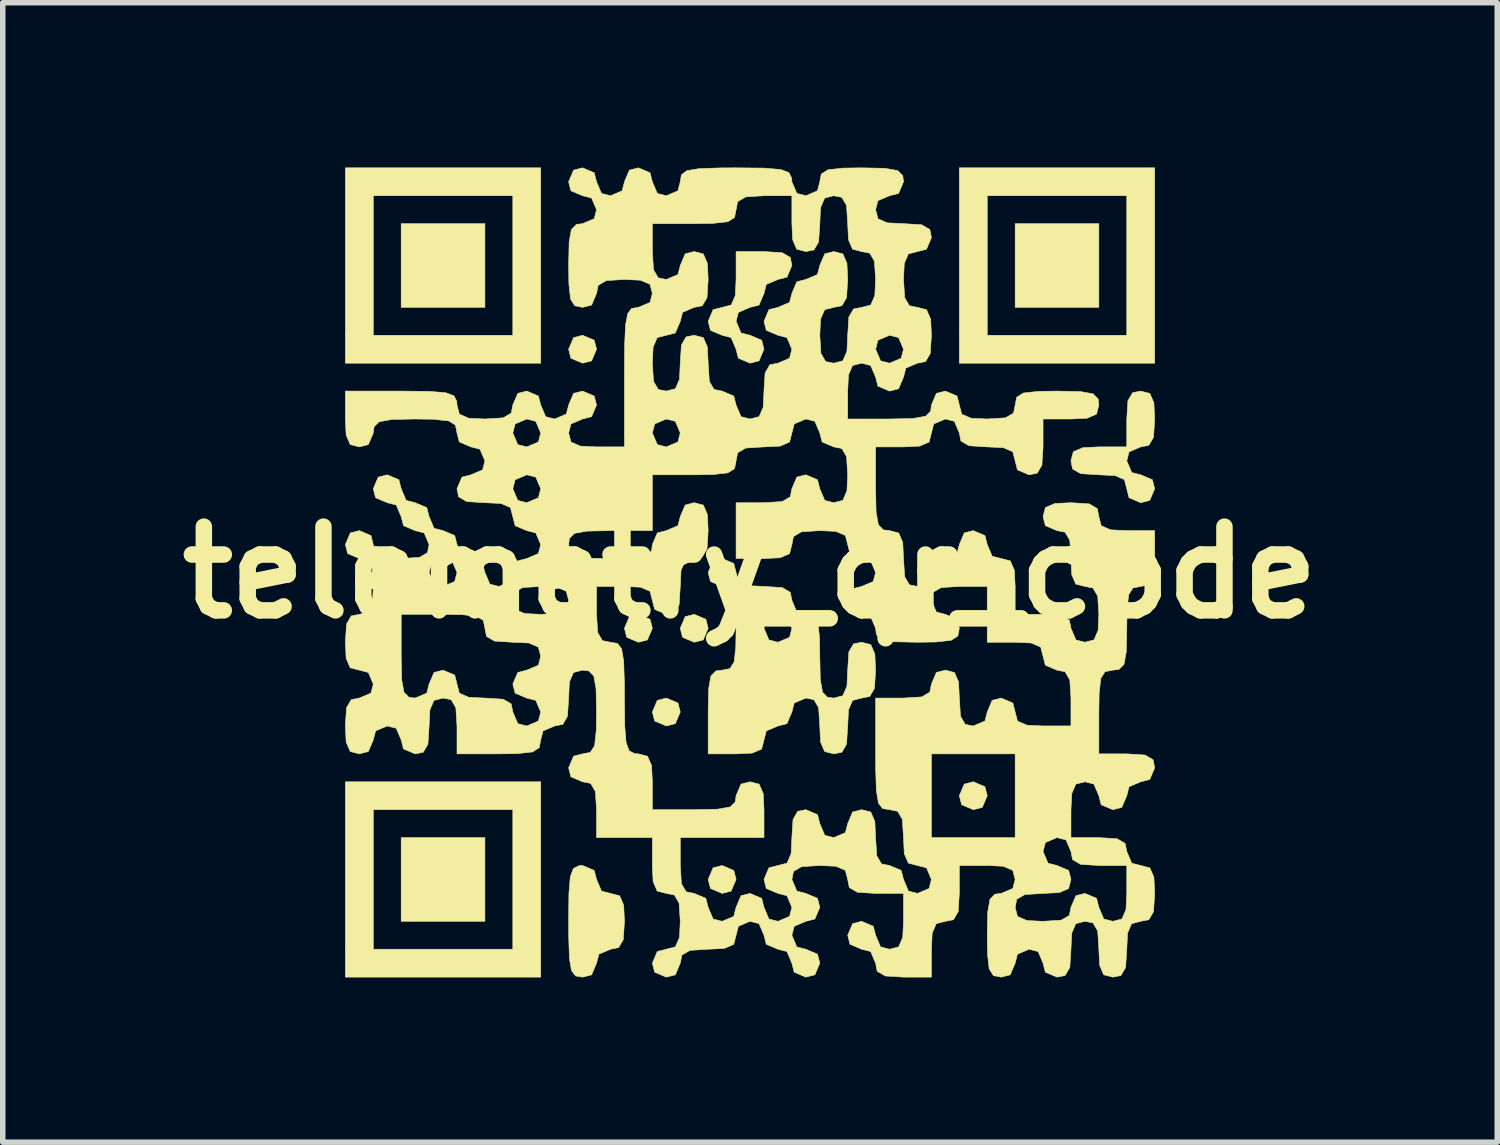
<source format=kicad_pcb>
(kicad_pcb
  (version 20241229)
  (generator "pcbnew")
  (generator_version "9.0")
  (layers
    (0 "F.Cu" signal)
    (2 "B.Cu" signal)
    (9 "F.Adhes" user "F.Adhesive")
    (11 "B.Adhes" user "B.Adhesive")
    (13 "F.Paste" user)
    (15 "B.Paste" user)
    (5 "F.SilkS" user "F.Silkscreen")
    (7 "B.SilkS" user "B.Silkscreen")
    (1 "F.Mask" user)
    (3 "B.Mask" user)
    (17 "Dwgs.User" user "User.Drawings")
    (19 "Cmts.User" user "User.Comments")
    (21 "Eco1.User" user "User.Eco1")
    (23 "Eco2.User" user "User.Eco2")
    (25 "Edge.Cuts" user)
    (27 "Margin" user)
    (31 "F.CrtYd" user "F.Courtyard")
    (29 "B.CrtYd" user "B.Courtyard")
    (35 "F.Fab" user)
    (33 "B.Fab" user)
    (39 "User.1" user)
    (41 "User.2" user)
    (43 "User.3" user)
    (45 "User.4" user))
  (footprint "telemetry_qr_code"
    (layer "F.Cu")
    (at 10.603 7.371)
    (property "Reference" "telemetry_qr_code" (at 0 0 0) (layer "F.SilkS") (effects (font (size 1.524 1.524) (thickness 0.3))))
    (attr through_hole)
    (fp_poly (pts (xy -4.826 -4.826) (xy -6.35 -4.826) (xy -6.35 -6.35) (xy -4.826 -6.35) (xy -4.826 -4.826)) (stroke (width 0.01) (type solid)) (fill yes) (layer "F.SilkS"))
    (fp_poly (pts (xy -4.826 6.35) (xy -6.35 6.35) (xy -6.35 4.826) (xy -4.826 4.826) (xy -4.826 6.35)) (stroke (width 0.01) (type solid)) (fill yes) (layer "F.SilkS"))
    (fp_poly (pts (xy 6.35 -4.826) (xy 4.826 -4.826) (xy 4.826 -6.35) (xy 6.35 -6.35) (xy 6.35 -4.826)) (stroke (width 0.01) (type solid)) (fill yes) (layer "F.SilkS"))
    (fp_poly (pts (xy -2.836 -4.228) (xy -2.794 -4.064) (xy -2.884 -3.852) (xy -3.048 -3.81) (xy -3.26 -3.9) (xy -3.302 -4.064) (xy -3.212 -4.276) (xy -3.048 -4.318) (xy -2.836 -4.228)) (stroke (width 0.01) (type solid)) (fill yes) (layer "F.SilkS"))
    (fp_poly (pts (xy -1.82 0.852) (xy -1.778 1.016) (xy -1.868 1.228) (xy -2.032 1.27) (xy -2.244 1.18) (xy -2.286 1.016) (xy -2.196 0.804) (xy -2.032 0.762) (xy -1.82 0.852)) (stroke (width 0.01) (type solid)) (fill yes) (layer "F.SilkS"))
    (fp_poly (pts (xy -1.312 2.376) (xy -1.27 2.54) (xy -1.36 2.752) (xy -1.524 2.794) (xy -1.736 2.704) (xy -1.778 2.54) (xy -1.688 2.328) (xy -1.524 2.286) (xy -1.312 2.376)) (stroke (width 0.01) (type solid)) (fill yes) (layer "F.SilkS"))
    (fp_poly (pts (xy -0.804 0.852) (xy -0.762 1.016) (xy -0.852 1.228) (xy -1.016 1.27) (xy -1.228 1.18) (xy -1.27 1.016) (xy -1.18 0.804) (xy -1.016 0.762) (xy -0.804 0.852)) (stroke (width 0.01) (type solid)) (fill yes) (layer "F.SilkS"))
    (fp_poly (pts (xy -0.296 5.424) (xy -0.254 5.588) (xy -0.344 5.8) (xy -0.508 5.842) (xy -0.72 5.752) (xy -0.762 5.588) (xy -0.672 5.376) (xy -0.508 5.334) (xy -0.296 5.424)) (stroke (width 0.01) (type solid)) (fill yes) (layer "F.SilkS"))
    (fp_poly (pts (xy 4.276 3.9) (xy 4.318 4.064) (xy 4.228 4.276) (xy 4.064 4.318) (xy 3.852 4.228) (xy 3.81 4.064) (xy 3.9 3.852) (xy 4.064 3.81) (xy 4.276 3.9)) (stroke (width 0.01) (type solid)) (fill yes) (layer "F.SilkS"))
    (fp_poly (pts (xy -3.81 -3.81) (xy -7.366 -3.81) (xy -7.366 -6.858) (xy -6.858 -6.858) (xy -6.858 -4.318) (xy -4.318 -4.318) (xy -4.318 -6.858) (xy -6.858 -6.858) (xy -7.366 -6.858) (xy -7.366 -7.366) (xy -3.81 -7.366) (xy -3.81 -3.81)) (stroke (width 0.01) (type solid)) (fill yes) (layer "F.SilkS"))
    (fp_poly (pts (xy -3.81 7.366) (xy -7.366 7.366) (xy -7.366 4.318) (xy -6.858 4.318) (xy -6.858 6.858) (xy -4.318 6.858) (xy -4.318 4.318) (xy -6.858 4.318) (xy -7.366 4.318) (xy -7.366 3.81) (xy -3.81 3.81) (xy -3.81 7.366)) (stroke (width 0.01) (type solid)) (fill yes) (layer "F.SilkS"))
    (fp_poly (pts (xy 7.366 -3.81) (xy 3.81 -3.81) (xy 3.81 -6.858) (xy 4.318 -6.858) (xy 4.318 -4.318) (xy 6.858 -4.318) (xy 6.858 -6.858) (xy 4.318 -6.858) (xy 3.81 -6.858) (xy 3.81 -7.366) (xy 7.366 -7.366) (xy 7.366 -3.81)) (stroke (width 0.01) (type solid)) (fill yes) (layer "F.SilkS"))
    (fp_poly (pts (xy -2.836 5.424) (xy -2.794 5.588) (xy -2.704 5.8) (xy -2.54 5.842) (xy -2.374 5.885) (xy -2.3 6.057) (xy -2.286 6.35) (xy -2.307 6.682) (xy -2.393 6.829) (xy -2.54 6.858) (xy -2.752 6.948) (xy -2.794 7.112) (xy -2.884 7.324) (xy -3.048 7.366) (xy -3.175 7.345) (xy -3.25 7.247) (xy -3.288 7.022) (xy -3.301 6.618) (xy -3.302 6.35) (xy -3.297 5.844) (xy -3.272 5.54) (xy -3.216 5.389) (xy -3.115 5.338) (xy -3.048 5.334) (xy -2.836 5.424)) (stroke (width 0.01) (type solid)) (fill yes) (layer "F.SilkS"))
    (fp_poly (pts (xy 0.586 -5.821) (xy 0.733 -5.735) (xy 0.762 -5.588) (xy 0.672 -5.376) (xy 0.508 -5.334) (xy 0.296 -5.244) (xy 0.254 -5.08) (xy 0.164 -4.868) (xy 0 -4.826) (xy -0.212 -4.736) (xy -0.254 -4.572) (xy -0.164 -4.36) (xy 0 -4.318) (xy 0.212 -4.228) (xy 0.254 -4.064) (xy 0.164 -3.852) (xy 0 -3.81) (xy -0.212 -3.9) (xy -0.254 -4.064) (xy -0.344 -4.276) (xy -0.508 -4.318) (xy -0.72 -4.408) (xy -0.762 -4.572) (xy -0.672 -4.784) (xy -0.508 -4.826) (xy -0.342 -4.869) (xy -0.268 -5.041) (xy -0.254 -5.334) (xy -0.254 -5.842) (xy 0.254 -5.842) (xy 0.586 -5.821)) (stroke (width 0.01) (type solid)) (fill yes) (layer "F.SilkS"))
    (fp_poly (pts (xy 7.278 -3.259) (xy 7.352 -3.087) (xy 7.366 -2.794) (xy 7.345 -2.462) (xy 7.259 -2.315) (xy 7.112 -2.286) (xy 6.9 -2.196) (xy 6.858 -2.032) (xy 6.948 -1.82) (xy 7.112 -1.778) (xy 7.324 -1.688) (xy 7.366 -1.524) (xy 7.276 -1.312) (xy 7.112 -1.27) (xy 6.9 -1.36) (xy 6.858 -1.524) (xy 6.815 -1.69) (xy 6.643 -1.764) (xy 6.35 -1.778) (xy 6.018 -1.799) (xy 5.871 -1.885) (xy 5.842 -2.032) (xy 5.885 -2.198) (xy 6.057 -2.272) (xy 6.35 -2.286) (xy 6.858 -2.286) (xy 6.858 -2.794) (xy 6.879 -3.126) (xy 6.965 -3.273) (xy 7.112 -3.302) (xy 7.278 -3.259)) (stroke (width 0.01) (type solid)) (fill yes) (layer "F.SilkS"))
    (fp_poly (pts (xy -0.296 -0.164) (xy -0.254 0) (xy -0.211 0.166) (xy -0.039 0.24) (xy 0.254 0.254) (xy 0.586 0.275) (xy 0.733 0.361) (xy 0.762 0.508) (xy 0.852 0.72) (xy 1.016 0.762) (xy 1.158 0.79) (xy 1.235 0.912) (xy 1.265 1.186) (xy 1.27 1.524) (xy 1.279 1.95) (xy 1.32 2.18) (xy 1.411 2.272) (xy 1.524 2.286) (xy 1.69 2.243) (xy 1.764 2.071) (xy 1.778 1.778) (xy 1.799 1.446) (xy 1.885 1.299) (xy 2.032 1.27) (xy 2.198 1.313) (xy 2.272 1.485) (xy 2.286 1.778) (xy 2.265 2.11) (xy 2.179 2.257) (xy 2.032 2.286) (xy 1.866 2.329) (xy 1.792 2.501) (xy 1.778 2.794) (xy 1.757 3.126) (xy 1.671 3.273) (xy 1.524 3.302) (xy 1.358 3.259) (xy 1.284 3.087) (xy 1.27 2.794) (xy 1.249 2.462) (xy 1.163 2.315) (xy 1.016 2.286) (xy 0.804 2.376) (xy 0.762 2.54) (xy 0.672 2.752) (xy 0.508 2.794) (xy 0.296 2.884) (xy 0.254 3.048) (xy 0.211 3.214) (xy 0.039 3.288) (xy -0.254 3.302) (xy -0.762 3.302) (xy -0.762 2.54) (xy -0.753 2.114) (xy -0.712 1.884) (xy -0.621 1.792) (xy -0.508 1.778) (xy -0.366 1.75) (xy -0.289 1.628) (xy -0.259 1.354) (xy -0.254 1.016) (xy 0.254 1.016) (xy 0.344 1.228) (xy 0.508 1.27) (xy 0.72 1.18) (xy 0.762 1.016) (xy 0.672 0.804) (xy 0.508 0.762) (xy 0.296 0.852) (xy 0.254 1.016) (xy -0.254 1.016) (xy -0.263 0.59) (xy -0.304 0.36) (xy -0.395 0.268) (xy -0.508 0.254) (xy -0.72 0.164) (xy -0.762 0) (xy -0.672 -0.212) (xy -0.508 -0.254) (xy -0.296 -0.164)) (stroke (width 0.01) (type solid)) (fill yes) (layer "F.SilkS"))
    (fp_poly (pts (xy 2.458 -7.357) (xy 2.688 -7.316) (xy 2.78 -7.225) (xy 2.794 -7.112) (xy 2.704 -6.9) (xy 2.54 -6.858) (xy 2.328 -6.768) (xy 2.286 -6.604) (xy 2.329 -6.438) (xy 2.501 -6.364) (xy 2.794 -6.35) (xy 3.126 -6.329) (xy 3.273 -6.243) (xy 3.302 -6.096) (xy 3.212 -5.884) (xy 3.048 -5.842) (xy 2.882 -5.799) (xy 2.808 -5.627) (xy 2.794 -5.334) (xy 2.815 -5.002) (xy 2.901 -4.855) (xy 3.048 -4.826) (xy 3.214 -4.783) (xy 3.288 -4.611) (xy 3.302 -4.318) (xy 3.281 -3.986) (xy 3.195 -3.839) (xy 3.048 -3.81) (xy 2.836 -3.72) (xy 2.794 -3.556) (xy 2.704 -3.344) (xy 2.54 -3.302) (xy 2.328 -3.392) (xy 2.286 -3.556) (xy 2.196 -3.768) (xy 2.032 -3.81) (xy 1.866 -3.767) (xy 1.792 -3.595) (xy 1.778 -3.302) (xy 1.778 -2.794) (xy 2.54 -2.794) (xy 2.966 -2.803) (xy 3.196 -2.844) (xy 3.288 -2.935) (xy 3.302 -3.048) (xy 3.392 -3.26) (xy 3.556 -3.302) (xy 3.768 -3.212) (xy 3.81 -3.048) (xy 3.853 -2.882) (xy 4.025 -2.808) (xy 4.318 -2.794) (xy 4.65 -2.815) (xy 4.797 -2.901) (xy 4.826 -3.048) (xy 4.854 -3.19) (xy 4.976 -3.267) (xy 5.25 -3.297) (xy 5.588 -3.302) (xy 6.014 -3.293) (xy 6.244 -3.252) (xy 6.336 -3.161) (xy 6.35 -3.048) (xy 6.307 -2.882) (xy 6.135 -2.808) (xy 5.842 -2.794) (xy 5.334 -2.794) (xy 5.334 -2.286) (xy 5.313 -1.954) (xy 5.227 -1.807) (xy 5.08 -1.778) (xy 4.868 -1.868) (xy 4.826 -2.032) (xy 4.783 -2.198) (xy 4.611 -2.272) (xy 4.318 -2.286) (xy 3.986 -2.307) (xy 3.839 -2.393) (xy 3.81 -2.54) (xy 3.72 -2.752) (xy 3.556 -2.794) (xy 3.344 -2.704) (xy 3.302 -2.54) (xy 3.259 -2.374) (xy 3.087 -2.3) (xy 2.794 -2.286) (xy 2.286 -2.286) (xy 2.286 -1.524) (xy 2.295 -1.098) (xy 2.336 -0.868) (xy 2.427 -0.776) (xy 2.54 -0.762) (xy 2.706 -0.719) (xy 2.78 -0.547) (xy 2.794 -0.254) (xy 2.815 0.078) (xy 2.901 0.225) (xy 3.048 0.254) (xy 3.26 0.164) (xy 3.302 0) (xy 3.392 -0.212) (xy 3.556 -0.254) (xy 3.768 -0.344) (xy 3.81 -0.508) (xy 3.9 -0.72) (xy 4.064 -0.762) (xy 4.276 -0.672) (xy 4.318 -0.508) (xy 4.408 -0.296) (xy 4.572 -0.254) (xy 4.738 -0.211) (xy 4.812 -0.039) (xy 4.826 0.254) (xy 4.826 0.762) (xy 5.334 0.762) (xy 5.666 0.783) (xy 5.813 0.869) (xy 5.842 1.016) (xy 5.932 1.228) (xy 6.096 1.27) (xy 6.262 1.227) (xy 6.336 1.055) (xy 6.35 0.762) (xy 6.329 0.43) (xy 6.243 0.283) (xy 6.096 0.254) (xy 5.93 0.211) (xy 5.856 0.039) (xy 5.842 -0.254) (xy 5.821 -0.586) (xy 5.735 -0.733) (xy 5.588 -0.762) (xy 5.376 -0.852) (xy 5.334 -1.016) (xy 5.377 -1.182) (xy 5.549 -1.256) (xy 5.842 -1.27) (xy 6.174 -1.249) (xy 6.321 -1.163) (xy 6.35 -1.016) (xy 6.393 -0.85) (xy 6.565 -0.776) (xy 6.858 -0.762) (xy 7.366 -0.762) (xy 7.366 -0.254) (xy 7.345 0.078) (xy 7.259 0.225) (xy 7.112 0.254) (xy 6.97 0.282) (xy 6.893 0.404) (xy 6.863 0.678) (xy 6.858 1.016) (xy 6.849 1.442) (xy 6.808 1.672) (xy 6.717 1.764) (xy 6.604 1.778) (xy 6.462 1.806) (xy 6.385 1.928) (xy 6.355 2.202) (xy 6.35 2.54) (xy 6.35 3.302) (xy 6.858 3.302) (xy 7.19 3.323) (xy 7.337 3.409) (xy 7.366 3.556) (xy 7.276 3.768) (xy 7.112 3.81) (xy 6.9 3.9) (xy 6.858 4.064) (xy 6.768 4.276) (xy 6.604 4.318) (xy 6.392 4.228) (xy 6.35 4.064) (xy 6.26 3.852) (xy 6.096 3.81) (xy 5.93 3.853) (xy 5.856 4.025) (xy 5.842 4.318) (xy 5.842 4.826) (xy 6.35 4.826) (xy 6.682 4.847) (xy 6.829 4.933) (xy 6.858 5.08) (xy 6.948 5.292) (xy 7.112 5.334) (xy 7.278 5.377) (xy 7.352 5.549) (xy 7.366 5.842) (xy 7.345 6.174) (xy 7.259 6.321) (xy 7.112 6.35) (xy 6.946 6.393) (xy 6.872 6.565) (xy 6.858 6.858) (xy 6.837 7.19) (xy 6.751 7.337) (xy 6.604 7.366) (xy 6.438 7.323) (xy 6.364 7.151) (xy 6.35 6.858) (xy 6.329 6.526) (xy 6.243 6.379) (xy 6.096 6.35) (xy 5.93 6.393) (xy 5.856 6.565) (xy 5.842 6.858) (xy 5.821 7.19) (xy 5.735 7.337) (xy 5.588 7.366) (xy 5.376 7.276) (xy 5.334 7.112) (xy 5.244 6.9) (xy 5.08 6.858) (xy 4.868 6.948) (xy 4.826 7.112) (xy 4.736 7.324) (xy 4.572 7.366) (xy 4.43 7.338) (xy 4.353 7.216) (xy 4.323 6.942) (xy 4.318 6.604) (xy 4.327 6.178) (xy 4.342 6.096) (xy 4.826 6.096) (xy 4.869 6.262) (xy 5.041 6.336) (xy 5.334 6.35) (xy 5.666 6.329) (xy 5.813 6.243) (xy 5.842 6.096) (xy 5.932 5.884) (xy 6.096 5.842) (xy 6.308 5.932) (xy 6.35 6.096) (xy 6.44 6.308) (xy 6.604 6.35) (xy 6.77 6.307) (xy 6.844 6.135) (xy 6.858 5.842) (xy 6.858 5.334) (xy 6.35 5.334) (xy 6.018 5.313) (xy 5.871 5.227) (xy 5.842 5.08) (xy 5.752 4.868) (xy 5.588 4.826) (xy 5.376 4.916) (xy 5.334 5.08) (xy 5.424 5.292) (xy 5.588 5.334) (xy 5.8 5.424) (xy 5.842 5.588) (xy 5.799 5.754) (xy 5.627 5.828) (xy 5.334 5.842) (xy 5.002 5.863) (xy 4.855 5.949) (xy 4.826 6.096) (xy 4.342 6.096) (xy 4.368 5.948) (xy 4.459 5.856) (xy 4.572 5.842) (xy 4.784 5.752) (xy 4.826 5.588) (xy 4.783 5.422) (xy 4.611 5.348) (xy 4.318 5.334) (xy 3.81 5.334) (xy 3.81 5.842) (xy 3.789 6.174) (xy 3.703 6.321) (xy 3.556 6.35) (xy 3.39 6.393) (xy 3.316 6.565) (xy 3.302 6.858) (xy 3.302 7.366) (xy 2.794 7.366) (xy 2.462 7.345) (xy 2.315 7.259) (xy 2.286 7.112) (xy 2.196 6.9) (xy 2.032 6.858) (xy 1.82 6.768) (xy 1.778 6.604) (xy 1.868 6.392) (xy 2.032 6.35) (xy 2.244 6.44) (xy 2.286 6.604) (xy 2.376 6.816) (xy 2.54 6.858) (xy 2.706 6.815) (xy 2.78 6.643) (xy 2.794 6.35) (xy 2.794 5.842) (xy 2.286 5.842) (xy 1.954 5.821) (xy 1.807 5.735) (xy 1.778 5.588) (xy 1.735 5.422) (xy 1.563 5.348) (xy 1.27 5.334) (xy 0.938 5.355) (xy 0.791 5.441) (xy 0.762 5.588) (xy 0.852 5.8) (xy 1.016 5.842) (xy 1.228 5.932) (xy 1.27 6.096) (xy 1.18 6.308) (xy 1.016 6.35) (xy 0.804 6.44) (xy 0.762 6.604) (xy 0.852 6.816) (xy 1.016 6.858) (xy 1.228 6.948) (xy 1.27 7.112) (xy 1.18 7.324) (xy 1.016 7.366) (xy 0.804 7.276) (xy 0.762 7.112) (xy 0.672 6.9) (xy 0.508 6.858) (xy 0.296 6.768) (xy 0.254 6.604) (xy 0.164 6.392) (xy 0 6.35) (xy -0.212 6.44) (xy -0.254 6.604) (xy -0.297 6.77) (xy -0.469 6.844) (xy -0.762 6.858) (xy -1.094 6.879) (xy -1.241 6.965) (xy -1.27 7.112) (xy -1.36 7.324) (xy -1.524 7.366) (xy -1.736 7.276) (xy -1.778 7.112) (xy -1.688 6.9) (xy -1.524 6.858) (xy -1.358 6.815) (xy -1.284 6.643) (xy -1.27 6.35) (xy -1.291 6.018) (xy -1.377 5.871) (xy -1.524 5.842) (xy -1.69 5.799) (xy -1.764 5.627) (xy -1.778 5.334) (xy -1.778 4.826) (xy -2.794 4.826) (xy -2.794 4.318) (xy -2.815 3.986) (xy -2.901 3.839) (xy -3.048 3.81) (xy -3.26 3.72) (xy -3.302 3.556) (xy -3.212 3.344) (xy -3.048 3.302) (xy -2.906 3.274) (xy -2.829 3.152) (xy -2.799 2.878) (xy -2.794 2.54) (xy -2.803 2.114) (xy -2.844 1.884) (xy -2.935 1.792) (xy -3.048 1.778) (xy -3.214 1.821) (xy -3.288 1.993) (xy -3.302 2.286) (xy -3.323 2.618) (xy -3.409 2.765) (xy -3.556 2.794) (xy -3.768 2.884) (xy -3.81 3.048) (xy -3.838 3.19) (xy -3.96 3.267) (xy -4.234 3.297) (xy -4.572 3.302) (xy -5.334 3.302) (xy -5.334 2.794) (xy -5.355 2.462) (xy -5.441 2.315) (xy -5.588 2.286) (xy -5.754 2.329) (xy -5.828 2.501) (xy -5.842 2.794) (xy -5.863 3.126) (xy -5.949 3.273) (xy -6.096 3.302) (xy -6.308 3.212) (xy -6.35 3.048) (xy -6.44 2.836) (xy -6.604 2.794) (xy -6.816 2.884) (xy -6.858 3.048) (xy -6.948 3.26) (xy -7.112 3.302) (xy -7.278 3.259) (xy -7.352 3.087) (xy -7.366 2.794) (xy -7.345 2.462) (xy -7.259 2.315) (xy -7.112 2.286) (xy -6.9 2.196) (xy -6.858 2.032) (xy -6.948 1.82) (xy -7.112 1.778) (xy -7.278 1.735) (xy -7.352 1.563) (xy -7.366 1.27) (xy -7.345 0.938) (xy -7.259 0.791) (xy -7.112 0.762) (xy -6.35 0.762) (xy -6.35 1.524) (xy -6.341 1.95) (xy -6.3 2.18) (xy -6.209 2.272) (xy -6.096 2.286) (xy -5.884 2.196) (xy -5.842 2.032) (xy -5.752 1.82) (xy -5.588 1.778) (xy -5.376 1.868) (xy -5.334 2.032) (xy -5.291 2.198) (xy -5.119 2.272) (xy -4.826 2.286) (xy -4.494 2.307) (xy -4.347 2.393) (xy -4.318 2.54) (xy -4.228 2.752) (xy -4.064 2.794) (xy -3.852 2.704) (xy -3.81 2.54) (xy -3.9 2.328) (xy -4.064 2.286) (xy -4.276 2.196) (xy -4.318 2.032) (xy -4.228 1.82) (xy -4.064 1.778) (xy -3.852 1.688) (xy -3.81 1.524) (xy -3.853 1.358) (xy -4.025 1.284) (xy -4.318 1.27) (xy -4.65 1.249) (xy -4.797 1.163) (xy -4.826 1.016) (xy -4.854 0.874) (xy -4.976 0.797) (xy -5.25 0.767) (xy -5.588 0.762) (xy -6.35 0.762) (xy -7.112 0.762) (xy -6.946 0.719) (xy -6.872 0.547) (xy -6.87 0.508) (xy -4.318 0.508) (xy -4.275 0.674) (xy -4.103 0.748) (xy -3.81 0.762) (xy -3.478 0.741) (xy -3.331 0.655) (xy -3.302 0.508) (xy -3.345 0.342) (xy -3.517 0.268) (xy -3.81 0.254) (xy -4.142 0.275) (xy -4.289 0.361) (xy -4.318 0.508) (xy -6.87 0.508) (xy -6.858 0.254) (xy -6.874 0) (xy -5.842 0) (xy -5.752 0.212) (xy -5.588 0.254) (xy -5.376 0.164) (xy -5.334 0) (xy -5.424 -0.212) (xy -5.588 -0.254) (xy -5.8 -0.164) (xy -5.842 0) (xy -6.874 0) (xy -6.879 -0.078) (xy -6.965 -0.225) (xy -7.112 -0.254) (xy -7.324 -0.344) (xy -7.366 -0.508) (xy -7.276 -0.72) (xy -7.112 -0.762) (xy -6.9 -0.672) (xy -6.858 -0.508) (xy -6.815 -0.342) (xy -6.643 -0.268) (xy -6.35 -0.254) (xy -6.018 -0.275) (xy -5.871 -0.361) (xy -5.842 -0.508) (xy -5.932 -0.72) (xy -6.096 -0.762) (xy -6.308 -0.852) (xy -6.35 -1.016) (xy -6.44 -1.228) (xy -6.604 -1.27) (xy -6.816 -1.36) (xy -6.858 -1.524) (xy -6.768 -1.736) (xy -6.604 -1.778) (xy -6.392 -1.688) (xy -6.35 -1.524) (xy -6.26 -1.312) (xy -6.096 -1.27) (xy -5.884 -1.18) (xy -5.842 -1.016) (xy -5.752 -0.804) (xy -5.588 -0.762) (xy -5.376 -0.672) (xy -5.334 -0.508) (xy -5.244 -0.296) (xy -5.08 -0.254) (xy -4.868 -0.164) (xy -4.826 0) (xy -4.736 0.212) (xy -4.572 0.254) (xy -4.36 0.164) (xy -4.318 0) (xy -4.228 -0.212) (xy -4.064 -0.254) (xy -3.852 -0.344) (xy -3.81 -0.508) (xy -3.302 -0.508) (xy -3.274 -0.366) (xy -3.152 -0.289) (xy -2.878 -0.259) (xy -2.54 -0.254) (xy -2.114 -0.263) (xy -1.884 -0.304) (xy -1.792 -0.395) (xy -1.778 -0.508) (xy -1.688 -0.72) (xy -1.524 -0.762) (xy -1.312 -0.852) (xy -1.27 -1.016) (xy -1.18 -1.228) (xy -1.016 -1.27) (xy -0.85 -1.227) (xy -0.776 -1.055) (xy -0.762 -0.762) (xy -0.783 -0.43) (xy -0.869 -0.283) (xy -1.016 -0.254) (xy -1.182 -0.211) (xy -1.256 -0.039) (xy -1.27 0.254) (xy -1.291 0.586) (xy -1.377 0.733) (xy -1.524 0.762) (xy -1.736 0.672) (xy -1.778 0.508) (xy -1.821 0.342) (xy -1.993 0.268) (xy -2.286 0.254) (xy -2.794 0.254) (xy -2.794 0.762) (xy -2.773 1.094) (xy -2.687 1.241) (xy -2.54 1.27) (xy -2.413 1.291) (xy -2.338 1.389) (xy -2.3 1.614) (xy -2.287 2.018) (xy -2.286 2.286) (xy -2.281 2.792) (xy -2.256 3.096) (xy -2.2 3.247) (xy -2.099 3.298) (xy -2.032 3.302) (xy -1.866 3.345) (xy -1.792 3.517) (xy -1.778 3.81) (xy -1.778 4.318) (xy -1.016 4.318) (xy -0.59 4.309) (xy -0.36 4.268) (xy -0.268 4.177) (xy -0.254 4.064) (xy -0.164 3.852) (xy 0 3.81) (xy 0.166 3.853) (xy 0.24 4.025) (xy 0.254 4.318) (xy 0.254 4.826) (xy -1.27 4.826) (xy -1.27 5.334) (xy -1.249 5.666) (xy -1.163 5.813) (xy -1.016 5.842) (xy -0.804 5.932) (xy -0.762 6.096) (xy -0.672 6.308) (xy -0.508 6.35) (xy -0.296 6.26) (xy -0.254 6.096) (xy -0.164 5.884) (xy 0 5.842) (xy 0.212 5.932) (xy 0.254 6.096) (xy 0.344 6.308) (xy 0.508 6.35) (xy 0.72 6.26) (xy 0.762 6.096) (xy 0.672 5.884) (xy 0.508 5.842) (xy 0.296 5.752) (xy 0.254 5.588) (xy 0.344 5.376) (xy 0.508 5.334) (xy 0.674 5.291) (xy 0.748 5.119) (xy 0.762 4.826) (xy 0.783 4.494) (xy 0.869 4.347) (xy 1.016 4.318) (xy 1.228 4.408) (xy 1.27 4.572) (xy 1.36 4.784) (xy 1.524 4.826) (xy 1.736 4.736) (xy 1.778 4.572) (xy 1.868 4.36) (xy 2.032 4.318) (xy 2.198 4.361) (xy 2.272 4.533) (xy 2.286 4.826) (xy 2.307 5.158) (xy 2.393 5.305) (xy 2.54 5.334) (xy 2.752 5.424) (xy 2.794 5.588) (xy 2.884 5.8) (xy 3.048 5.842) (xy 3.26 5.752) (xy 3.302 5.588) (xy 3.212 5.376) (xy 3.048 5.334) (xy 2.882 5.291) (xy 2.808 5.119) (xy 2.794 4.826) (xy 2.773 4.494) (xy 2.687 4.347) (xy 2.54 4.318) (xy 2.413 4.297) (xy 2.338 4.199) (xy 2.3 3.974) (xy 2.287 3.57) (xy 2.286 3.302) (xy 3.302 3.302) (xy 3.302 4.826) (xy 4.826 4.826) (xy 4.826 3.302) (xy 3.302 3.302) (xy 2.286 3.302) (xy 2.286 2.286) (xy 2.794 2.286) (xy 3.126 2.265) (xy 3.273 2.179) (xy 3.302 2.032) (xy 3.392 1.82) (xy 3.556 1.778) (xy 3.722 1.821) (xy 3.796 1.993) (xy 3.81 2.286) (xy 3.831 2.618) (xy 3.917 2.765) (xy 4.064 2.794) (xy 4.276 2.704) (xy 4.318 2.54) (xy 4.408 2.328) (xy 4.572 2.286) (xy 4.784 2.376) (xy 4.826 2.54) (xy 4.869 2.706) (xy 5.041 2.78) (xy 5.334 2.794) (xy 5.842 2.794) (xy 5.842 2.286) (xy 5.821 1.954) (xy 5.735 1.807) (xy 5.588 1.778) (xy 5.376 1.688) (xy 5.334 1.524) (xy 5.291 1.358) (xy 5.119 1.284) (xy 4.826 1.27) (xy 4.318 1.27) (xy 4.318 0.254) (xy 3.81 0.254) (xy 3.478 0.275) (xy 3.331 0.361) (xy 3.302 0.508) (xy 3.392 0.72) (xy 3.556 0.762) (xy 3.768 0.852) (xy 3.81 1.016) (xy 3.782 1.158) (xy 3.66 1.235) (xy 3.386 1.265) (xy 3.048 1.27) (xy 2.622 1.261) (xy 2.392 1.22) (xy 2.3 1.129) (xy 2.286 1.016) (xy 2.196 0.804) (xy 2.032 0.762) (xy 1.82 0.672) (xy 1.778 0.508) (xy 1.868 0.296) (xy 2.032 0.254) (xy 2.244 0.164) (xy 2.286 0) (xy 2.196 -0.212) (xy 2.032 -0.254) (xy 1.82 -0.344) (xy 1.778 -0.508) (xy 1.735 -0.674) (xy 1.563 -0.748) (xy 1.27 -0.762) (xy 0.938 -0.741) (xy 0.791 -0.655) (xy 0.762 -0.508) (xy 0.719 -0.342) (xy 0.547 -0.268) (xy 0.254 -0.254) (xy -0.254 -0.254) (xy -0.254 -1.27) (xy 0.254 -1.27) (xy 0.586 -1.291) (xy 0.733 -1.377) (xy 0.762 -1.524) (xy 0.852 -1.736) (xy 1.016 -1.778) (xy 1.228 -1.688) (xy 1.27 -1.524) (xy 1.36 -1.312) (xy 1.524 -1.27) (xy 1.69 -1.313) (xy 1.764 -1.485) (xy 1.778 -1.778) (xy 1.757 -2.11) (xy 1.671 -2.257) (xy 1.524 -2.286) (xy 1.312 -2.376) (xy 1.27 -2.54) (xy 1.18 -2.752) (xy 1.016 -2.794) (xy 0.804 -2.704) (xy 0.762 -2.54) (xy 0.719 -2.374) (xy 0.547 -2.3) (xy 0.254 -2.286) (xy -0.078 -2.265) (xy -0.225 -2.179) (xy -0.254 -2.032) (xy -0.282 -1.89) (xy -0.404 -1.813) (xy -0.678 -1.783) (xy -1.016 -1.778) (xy -1.778 -1.778) (xy -1.778 -0.762) (xy -2.54 -0.762) (xy -2.966 -0.753) (xy -3.196 -0.712) (xy -3.288 -0.621) (xy -3.302 -0.508) (xy -3.81 -0.508) (xy -3.9 -0.72) (xy -4.064 -0.762) (xy -4.276 -0.852) (xy -4.318 -1.016) (xy -4.361 -1.182) (xy -4.533 -1.256) (xy -4.826 -1.27) (xy -5.158 -1.291) (xy -5.305 -1.377) (xy -5.334 -1.524) (xy -4.318 -1.524) (xy -4.228 -1.312) (xy -4.064 -1.27) (xy -3.852 -1.36) (xy -3.81 -1.524) (xy -3.9 -1.736) (xy -4.064 -1.778) (xy -4.276 -1.688) (xy -4.318 -1.524) (xy -5.334 -1.524) (xy -5.244 -1.736) (xy -5.08 -1.778) (xy -4.868 -1.868) (xy -4.826 -2.032) (xy -4.916 -2.244) (xy -5.08 -2.286) (xy -5.292 -2.376) (xy -5.334 -2.54) (xy -4.318 -2.54) (xy -4.228 -2.328) (xy -4.064 -2.286) (xy -3.852 -2.376) (xy -3.81 -2.54) (xy -3.9 -2.752) (xy -4.064 -2.794) (xy -4.276 -2.704) (xy -4.318 -2.54) (xy -5.334 -2.54) (xy -5.362 -2.682) (xy -5.484 -2.759) (xy -5.758 -2.789) (xy -6.096 -2.794) (xy -6.522 -2.785) (xy -6.752 -2.744) (xy -6.844 -2.653) (xy -6.858 -2.54) (xy -6.948 -2.328) (xy -7.112 -2.286) (xy -7.278 -2.329) (xy -7.352 -2.501) (xy -7.366 -2.794) (xy -7.366 -3.302) (xy -6.35 -3.302) (xy -5.844 -3.297) (xy -5.54 -3.272) (xy -5.389 -3.216) (xy -5.338 -3.115) (xy -5.334 -3.048) (xy -5.291 -2.882) (xy -5.119 -2.808) (xy -4.826 -2.794) (xy -4.494 -2.815) (xy -4.347 -2.901) (xy -4.318 -3.048) (xy -4.228 -3.26) (xy -4.064 -3.302) (xy -3.852 -3.212) (xy -3.81 -3.048) (xy -3.72 -2.836) (xy -3.556 -2.794) (xy -3.344 -2.884) (xy -3.302 -3.048) (xy -3.212 -3.26) (xy -3.048 -3.302) (xy -2.836 -3.212) (xy -2.794 -3.048) (xy -2.884 -2.836) (xy -3.048 -2.794) (xy -3.26 -2.704) (xy -3.302 -2.54) (xy -3.259 -2.374) (xy -3.087 -2.3) (xy -2.794 -2.286) (xy -2.286 -2.286) (xy -2.286 -2.54) (xy -1.778 -2.54) (xy -1.688 -2.328) (xy -1.524 -2.286) (xy -1.312 -2.376) (xy -1.27 -2.54) (xy -1.36 -2.752) (xy -1.524 -2.794) (xy -1.736 -2.704) (xy -1.778 -2.54) (xy -2.286 -2.54) (xy -2.286 -3.556) (xy -2.283 -4.134) (xy -2.266 -4.504) (xy -2.227 -4.712) (xy -2.157 -4.804) (xy -2.046 -4.826) (xy -2.032 -4.826) (xy -1.82 -4.916) (xy -1.778 -5.08) (xy -1.821 -5.246) (xy -1.993 -5.32) (xy -2.286 -5.334) (xy -2.618 -5.313) (xy -2.765 -5.227) (xy -2.794 -5.08) (xy -2.884 -4.868) (xy -3.048 -4.826) (xy -3.19 -4.854) (xy -3.267 -4.976) (xy -3.297 -5.25) (xy -3.302 -5.588) (xy -3.293 -6.014) (xy -3.252 -6.244) (xy -3.161 -6.336) (xy -3.048 -6.35) (xy -1.778 -6.35) (xy -1.778 -5.842) (xy -1.757 -5.51) (xy -1.671 -5.363) (xy -1.524 -5.334) (xy -1.312 -5.424) (xy -1.27 -5.588) (xy -1.18 -5.8) (xy -1.016 -5.842) (xy -0.85 -5.799) (xy -0.776 -5.627) (xy -0.762 -5.334) (xy -0.783 -5.002) (xy -0.869 -4.855) (xy -1.016 -4.826) (xy -1.228 -4.736) (xy -1.27 -4.572) (xy -1.36 -4.36) (xy -1.524 -4.318) (xy -1.69 -4.275) (xy -1.764 -4.103) (xy -1.778 -3.81) (xy -1.757 -3.478) (xy -1.671 -3.331) (xy -1.524 -3.302) (xy -1.358 -3.345) (xy -1.284 -3.517) (xy -1.27 -3.81) (xy -1.249 -4.142) (xy -1.163 -4.289) (xy -1.016 -4.318) (xy -0.85 -4.275) (xy -0.776 -4.103) (xy -0.762 -3.81) (xy -0.741 -3.478) (xy -0.655 -3.331) (xy -0.508 -3.302) (xy -0.296 -3.212) (xy -0.254 -3.048) (xy -0.164 -2.836) (xy 0 -2.794) (xy 0.166 -2.837) (xy 0.24 -3.009) (xy 0.254 -3.302) (xy 0.275 -3.634) (xy 0.361 -3.781) (xy 0.508 -3.81) (xy 0.72 -3.9) (xy 0.762 -4.064) (xy 0.672 -4.276) (xy 0.508 -4.318) (xy 0.296 -4.408) (xy 0.254 -4.572) (xy 0.344 -4.784) (xy 0.508 -4.826) (xy 0.72 -4.916) (xy 0.762 -5.08) (xy 0.852 -5.292) (xy 1.016 -5.334) (xy 1.228 -5.424) (xy 1.27 -5.588) (xy 1.36 -5.8) (xy 1.524 -5.842) (xy 1.69 -5.799) (xy 1.764 -5.627) (xy 1.778 -5.334) (xy 1.757 -5.002) (xy 1.671 -4.855) (xy 1.524 -4.826) (xy 1.358 -4.783) (xy 1.284 -4.611) (xy 1.27 -4.318) (xy 1.291 -3.986) (xy 1.377 -3.839) (xy 1.524 -3.81) (xy 1.69 -3.853) (xy 1.764 -4.025) (xy 1.766 -4.064) (xy 2.286 -4.064) (xy 2.376 -3.852) (xy 2.54 -3.81) (xy 2.752 -3.9) (xy 2.794 -4.064) (xy 2.704 -4.276) (xy 2.54 -4.318) (xy 2.328 -4.228) (xy 2.286 -4.064) (xy 1.766 -4.064) (xy 1.778 -4.318) (xy 1.799 -4.65) (xy 1.885 -4.797) (xy 2.032 -4.826) (xy 2.198 -4.869) (xy 2.272 -5.041) (xy 2.286 -5.334) (xy 2.265 -5.666) (xy 2.179 -5.813) (xy 2.032 -5.842) (xy 1.866 -5.885) (xy 1.792 -6.057) (xy 1.778 -6.35) (xy 1.757 -6.682) (xy 1.671 -6.829) (xy 1.524 -6.858) (xy 1.358 -6.815) (xy 1.284 -6.643) (xy 1.27 -6.35) (xy 1.249 -6.018) (xy 1.163 -5.871) (xy 1.016 -5.842) (xy 0.85 -5.885) (xy 0.776 -6.057) (xy 0.762 -6.35) (xy 0.762 -6.858) (xy 0.254 -6.858) (xy -0.078 -6.837) (xy -0.225 -6.751) (xy -0.254 -6.604) (xy -0.282 -6.462) (xy -0.404 -6.385) (xy -0.678 -6.355) (xy -1.016 -6.35) (xy -1.778 -6.35) (xy -3.048 -6.35) (xy -2.836 -6.44) (xy -2.794 -6.604) (xy -2.884 -6.816) (xy -3.048 -6.858) (xy -3.26 -6.948) (xy -3.302 -7.112) (xy -3.212 -7.324) (xy -3.048 -7.366) (xy -2.836 -7.276) (xy -2.794 -7.112) (xy -2.704 -6.9) (xy -2.54 -6.858) (xy -2.328 -6.948) (xy -2.286 -7.112) (xy -2.196 -7.324) (xy -2.032 -7.366) (xy -1.82 -7.276) (xy -1.778 -7.112) (xy -1.688 -6.9) (xy -1.524 -6.858) (xy -1.312 -6.948) (xy -1.27 -7.112) (xy -1.249 -7.239) (xy -1.151 -7.314) (xy -0.926 -7.352) (xy -0.522 -7.365) (xy -0.254 -7.366) (xy 0.252 -7.361) (xy 0.556 -7.336) (xy 0.707 -7.28) (xy 0.758 -7.179) (xy 0.762 -7.112) (xy 0.852 -6.9) (xy 1.016 -6.858) (xy 1.228 -6.948) (xy 1.27 -7.112) (xy 1.298 -7.254) (xy 1.42 -7.331) (xy 1.694 -7.361) (xy 2.032 -7.366) (xy 2.458 -7.357)) (stroke (width 0.01) (type solid)) (fill yes) (layer "F.SilkS")))
  (gr_rect
    (start -3 -3)
    (end 24.205 17.742)
    (stroke (width 0.1) (type default))
    (fill no)
    (layer "Edge.Cuts")))
</source>
